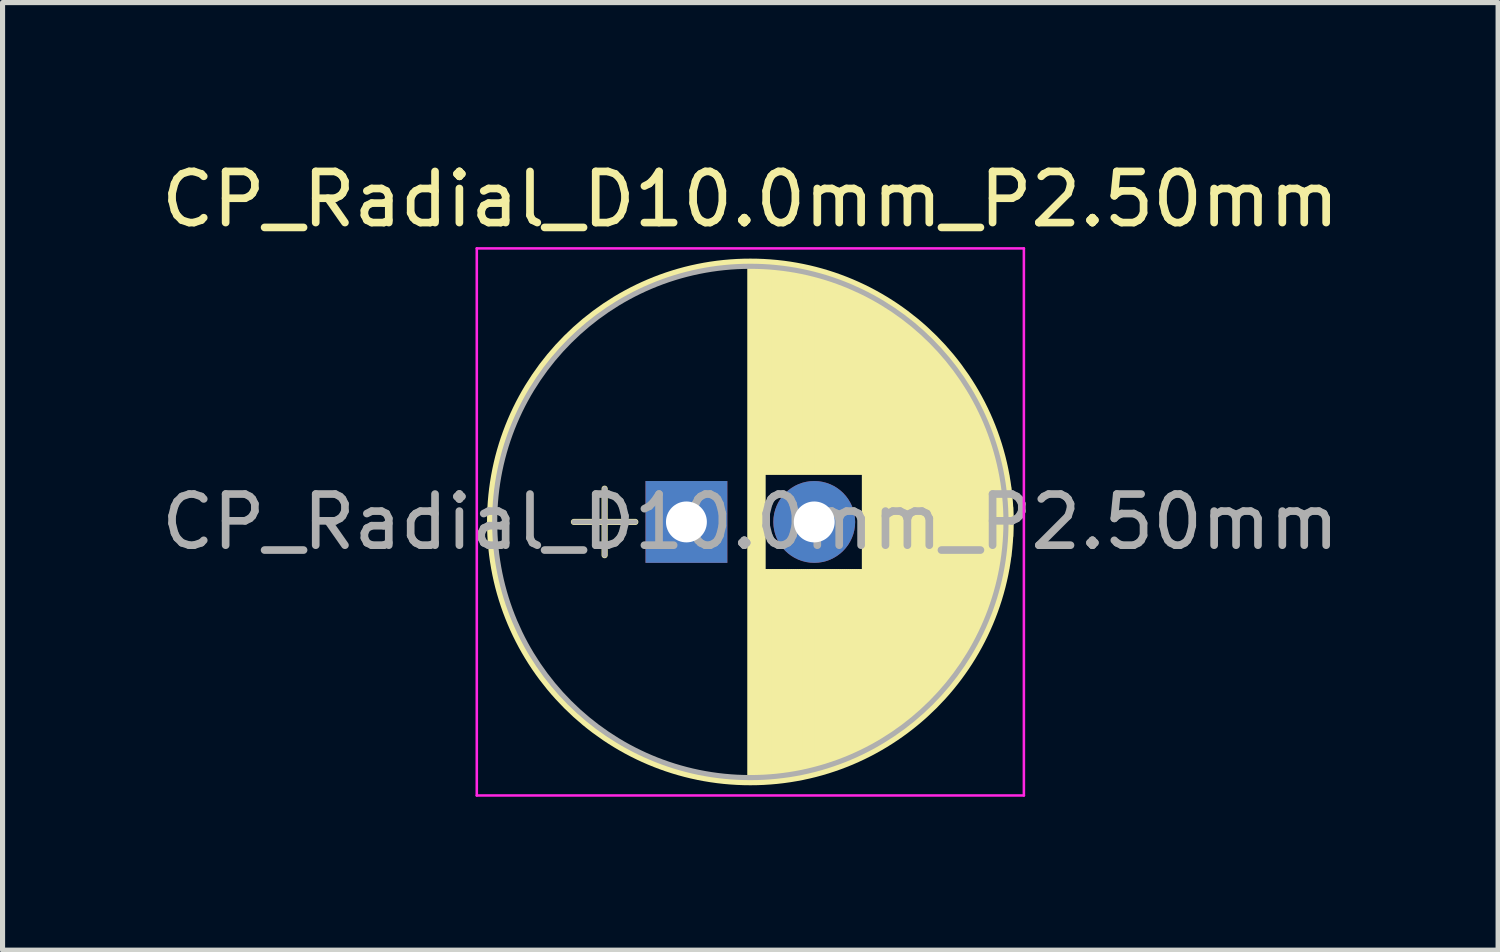
<source format=kicad_pcb>
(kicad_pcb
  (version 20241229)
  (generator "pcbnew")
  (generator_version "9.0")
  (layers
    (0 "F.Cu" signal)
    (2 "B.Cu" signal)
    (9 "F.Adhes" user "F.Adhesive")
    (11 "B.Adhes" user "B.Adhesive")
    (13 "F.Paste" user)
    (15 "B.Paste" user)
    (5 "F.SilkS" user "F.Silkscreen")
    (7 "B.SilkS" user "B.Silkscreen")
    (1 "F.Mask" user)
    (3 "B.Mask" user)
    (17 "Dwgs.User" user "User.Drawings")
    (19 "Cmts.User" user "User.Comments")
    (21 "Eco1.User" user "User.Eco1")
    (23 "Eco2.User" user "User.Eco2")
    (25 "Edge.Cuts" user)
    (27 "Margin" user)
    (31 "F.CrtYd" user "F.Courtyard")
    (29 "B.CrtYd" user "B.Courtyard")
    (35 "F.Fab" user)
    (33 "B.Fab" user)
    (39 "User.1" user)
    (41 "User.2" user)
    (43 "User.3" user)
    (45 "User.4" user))
  (footprint "CP_Radial_D10.0mm_P2.50mm"
    (layer "F.Cu")
    (at 10.375 7.158)
    (property "Reference" "CP_Radial_D10.0mm_P2.50mm" (at 1.25 -6.31 0) (layer "F.SilkS") (effects (font (size 1 1) (thickness 0.15))))
    (attr through_hole)
    (fp_line (start -2.2 0) (end -1 0) (stroke (width 0.12) (type solid)) (layer "F.SilkS"))
    (fp_line (start -1.6 -0.65) (end -1.6 0.65) (stroke (width 0.12) (type solid)) (layer "F.SilkS"))
    (fp_line (start 1.25 -5.05) (end 1.25 5.05) (stroke (width 0.12) (type solid)) (layer "F.SilkS"))
    (fp_line (start 1.29 -5.05) (end 1.29 5.05) (stroke (width 0.12) (type solid)) (layer "F.SilkS"))
    (fp_line (start 1.33 -5.05) (end 1.33 5.05) (stroke (width 0.12) (type solid)) (layer "F.SilkS"))
    (fp_line (start 1.37 -5.049) (end 1.37 5.049) (stroke (width 0.12) (type solid)) (layer "F.SilkS"))
    (fp_line (start 1.41 -5.048) (end 1.41 5.048) (stroke (width 0.12) (type solid)) (layer "F.SilkS"))
    (fp_line (start 1.45 -5.047) (end 1.45 5.047) (stroke (width 0.12) (type solid)) (layer "F.SilkS"))
    (fp_line (start 1.49 -5.045) (end 1.49 5.045) (stroke (width 0.12) (type solid)) (layer "F.SilkS"))
    (fp_line (start 1.53 -5.043) (end 1.53 -0.98) (stroke (width 0.12) (type solid)) (layer "F.SilkS"))
    (fp_line (start 1.53 0.98) (end 1.53 5.043) (stroke (width 0.12) (type solid)) (layer "F.SilkS"))
    (fp_line (start 1.57 -5.04) (end 1.57 -0.98) (stroke (width 0.12) (type solid)) (layer "F.SilkS"))
    (fp_line (start 1.57 0.98) (end 1.57 5.04) (stroke (width 0.12) (type solid)) (layer "F.SilkS"))
    (fp_line (start 1.61 -5.038) (end 1.61 -0.98) (stroke (width 0.12) (type solid)) (layer "F.SilkS"))
    (fp_line (start 1.61 0.98) (end 1.61 5.038) (stroke (width 0.12) (type solid)) (layer "F.SilkS"))
    (fp_line (start 1.65 -5.035) (end 1.65 -0.98) (stroke (width 0.12) (type solid)) (layer "F.SilkS"))
    (fp_line (start 1.65 0.98) (end 1.65 5.035) (stroke (width 0.12) (type solid)) (layer "F.SilkS"))
    (fp_line (start 1.69 -5.031) (end 1.69 -0.98) (stroke (width 0.12) (type solid)) (layer "F.SilkS"))
    (fp_line (start 1.69 0.98) (end 1.69 5.031) (stroke (width 0.12) (type solid)) (layer "F.SilkS"))
    (fp_line (start 1.73 -5.028) (end 1.73 -0.98) (stroke (width 0.12) (type solid)) (layer "F.SilkS"))
    (fp_line (start 1.73 0.98) (end 1.73 5.028) (stroke (width 0.12) (type solid)) (layer "F.SilkS"))
    (fp_line (start 1.77 -5.024) (end 1.77 -0.98) (stroke (width 0.12) (type solid)) (layer "F.SilkS"))
    (fp_line (start 1.77 0.98) (end 1.77 5.024) (stroke (width 0.12) (type solid)) (layer "F.SilkS"))
    (fp_line (start 1.81 -5.02) (end 1.81 -0.98) (stroke (width 0.12) (type solid)) (layer "F.SilkS"))
    (fp_line (start 1.81 0.98) (end 1.81 5.02) (stroke (width 0.12) (type solid)) (layer "F.SilkS"))
    (fp_line (start 1.85 -5.015) (end 1.85 -0.98) (stroke (width 0.12) (type solid)) (layer "F.SilkS"))
    (fp_line (start 1.85 0.98) (end 1.85 5.015) (stroke (width 0.12) (type solid)) (layer "F.SilkS"))
    (fp_line (start 1.89 -5.01) (end 1.89 -0.98) (stroke (width 0.12) (type solid)) (layer "F.SilkS"))
    (fp_line (start 1.89 0.98) (end 1.89 5.01) (stroke (width 0.12) (type solid)) (layer "F.SilkS"))
    (fp_line (start 1.93 -5.005) (end 1.93 -0.98) (stroke (width 0.12) (type solid)) (layer "F.SilkS"))
    (fp_line (start 1.93 0.98) (end 1.93 5.005) (stroke (width 0.12) (type solid)) (layer "F.SilkS"))
    (fp_line (start 1.971 -4.999) (end 1.971 -0.98) (stroke (width 0.12) (type solid)) (layer "F.SilkS"))
    (fp_line (start 1.971 0.98) (end 1.971 4.999) (stroke (width 0.12) (type solid)) (layer "F.SilkS"))
    (fp_line (start 2.011 -4.993) (end 2.011 -0.98) (stroke (width 0.12) (type solid)) (layer "F.SilkS"))
    (fp_line (start 2.011 0.98) (end 2.011 4.993) (stroke (width 0.12) (type solid)) (layer "F.SilkS"))
    (fp_line (start 2.051 -4.987) (end 2.051 -0.98) (stroke (width 0.12) (type solid)) (layer "F.SilkS"))
    (fp_line (start 2.051 0.98) (end 2.051 4.987) (stroke (width 0.12) (type solid)) (layer "F.SilkS"))
    (fp_line (start 2.091 -4.981) (end 2.091 -0.98) (stroke (width 0.12) (type solid)) (layer "F.SilkS"))
    (fp_line (start 2.091 0.98) (end 2.091 4.981) (stroke (width 0.12) (type solid)) (layer "F.SilkS"))
    (fp_line (start 2.131 -4.974) (end 2.131 -0.98) (stroke (width 0.12) (type solid)) (layer "F.SilkS"))
    (fp_line (start 2.131 0.98) (end 2.131 4.974) (stroke (width 0.12) (type solid)) (layer "F.SilkS"))
    (fp_line (start 2.171 -4.967) (end 2.171 -0.98) (stroke (width 0.12) (type solid)) (layer "F.SilkS"))
    (fp_line (start 2.171 0.98) (end 2.171 4.967) (stroke (width 0.12) (type solid)) (layer "F.SilkS"))
    (fp_line (start 2.211 -4.959) (end 2.211 -0.98) (stroke (width 0.12) (type solid)) (layer "F.SilkS"))
    (fp_line (start 2.211 0.98) (end 2.211 4.959) (stroke (width 0.12) (type solid)) (layer "F.SilkS"))
    (fp_line (start 2.251 -4.951) (end 2.251 -0.98) (stroke (width 0.12) (type solid)) (layer "F.SilkS"))
    (fp_line (start 2.251 0.98) (end 2.251 4.951) (stroke (width 0.12) (type solid)) (layer "F.SilkS"))
    (fp_line (start 2.291 -4.943) (end 2.291 -0.98) (stroke (width 0.12) (type solid)) (layer "F.SilkS"))
    (fp_line (start 2.291 0.98) (end 2.291 4.943) (stroke (width 0.12) (type solid)) (layer "F.SilkS"))
    (fp_line (start 2.331 -4.935) (end 2.331 -0.98) (stroke (width 0.12) (type solid)) (layer "F.SilkS"))
    (fp_line (start 2.331 0.98) (end 2.331 4.935) (stroke (width 0.12) (type solid)) (layer "F.SilkS"))
    (fp_line (start 2.371 -4.926) (end 2.371 -0.98) (stroke (width 0.12) (type solid)) (layer "F.SilkS"))
    (fp_line (start 2.371 0.98) (end 2.371 4.926) (stroke (width 0.12) (type solid)) (layer "F.SilkS"))
    (fp_line (start 2.411 -4.917) (end 2.411 -0.98) (stroke (width 0.12) (type solid)) (layer "F.SilkS"))
    (fp_line (start 2.411 0.98) (end 2.411 4.917) (stroke (width 0.12) (type solid)) (layer "F.SilkS"))
    (fp_line (start 2.451 -4.907) (end 2.451 -0.98) (stroke (width 0.12) (type solid)) (layer "F.SilkS"))
    (fp_line (start 2.451 0.98) (end 2.451 4.907) (stroke (width 0.12) (type solid)) (layer "F.SilkS"))
    (fp_line (start 2.491 -4.897) (end 2.491 -0.98) (stroke (width 0.12) (type solid)) (layer "F.SilkS"))
    (fp_line (start 2.491 0.98) (end 2.491 4.897) (stroke (width 0.12) (type solid)) (layer "F.SilkS"))
    (fp_line (start 2.531 -4.887) (end 2.531 -0.98) (stroke (width 0.12) (type solid)) (layer "F.SilkS"))
    (fp_line (start 2.531 0.98) (end 2.531 4.887) (stroke (width 0.12) (type solid)) (layer "F.SilkS"))
    (fp_line (start 2.571 -4.876) (end 2.571 -0.98) (stroke (width 0.12) (type solid)) (layer "F.SilkS"))
    (fp_line (start 2.571 0.98) (end 2.571 4.876) (stroke (width 0.12) (type solid)) (layer "F.SilkS"))
    (fp_line (start 2.611 -4.865) (end 2.611 -0.98) (stroke (width 0.12) (type solid)) (layer "F.SilkS"))
    (fp_line (start 2.611 0.98) (end 2.611 4.865) (stroke (width 0.12) (type solid)) (layer "F.SilkS"))
    (fp_line (start 2.651 -4.854) (end 2.651 -0.98) (stroke (width 0.12) (type solid)) (layer "F.SilkS"))
    (fp_line (start 2.651 0.98) (end 2.651 4.854) (stroke (width 0.12) (type solid)) (layer "F.SilkS"))
    (fp_line (start 2.691 -4.843) (end 2.691 -0.98) (stroke (width 0.12) (type solid)) (layer "F.SilkS"))
    (fp_line (start 2.691 0.98) (end 2.691 4.843) (stroke (width 0.12) (type solid)) (layer "F.SilkS"))
    (fp_line (start 2.731 -4.831) (end 2.731 -0.98) (stroke (width 0.12) (type solid)) (layer "F.SilkS"))
    (fp_line (start 2.731 0.98) (end 2.731 4.831) (stroke (width 0.12) (type solid)) (layer "F.SilkS"))
    (fp_line (start 2.771 -4.818) (end 2.771 -0.98) (stroke (width 0.12) (type solid)) (layer "F.SilkS"))
    (fp_line (start 2.771 0.98) (end 2.771 4.818) (stroke (width 0.12) (type solid)) (layer "F.SilkS"))
    (fp_line (start 2.811 -4.806) (end 2.811 -0.98) (stroke (width 0.12) (type solid)) (layer "F.SilkS"))
    (fp_line (start 2.811 0.98) (end 2.811 4.806) (stroke (width 0.12) (type solid)) (layer "F.SilkS"))
    (fp_line (start 2.851 -4.792) (end 2.851 -0.98) (stroke (width 0.12) (type solid)) (layer "F.SilkS"))
    (fp_line (start 2.851 0.98) (end 2.851 4.792) (stroke (width 0.12) (type solid)) (layer "F.SilkS"))
    (fp_line (start 2.891 -4.779) (end 2.891 -0.98) (stroke (width 0.12) (type solid)) (layer "F.SilkS"))
    (fp_line (start 2.891 0.98) (end 2.891 4.779) (stroke (width 0.12) (type solid)) (layer "F.SilkS"))
    (fp_line (start 2.931 -4.765) (end 2.931 -0.98) (stroke (width 0.12) (type solid)) (layer "F.SilkS"))
    (fp_line (start 2.931 0.98) (end 2.931 4.765) (stroke (width 0.12) (type solid)) (layer "F.SilkS"))
    (fp_line (start 2.971 -4.751) (end 2.971 -0.98) (stroke (width 0.12) (type solid)) (layer "F.SilkS"))
    (fp_line (start 2.971 0.98) (end 2.971 4.751) (stroke (width 0.12) (type solid)) (layer "F.SilkS"))
    (fp_line (start 3.011 -4.737) (end 3.011 -0.98) (stroke (width 0.12) (type solid)) (layer "F.SilkS"))
    (fp_line (start 3.011 0.98) (end 3.011 4.737) (stroke (width 0.12) (type solid)) (layer "F.SilkS"))
    (fp_line (start 3.051 -4.722) (end 3.051 -0.98) (stroke (width 0.12) (type solid)) (layer "F.SilkS"))
    (fp_line (start 3.051 0.98) (end 3.051 4.722) (stroke (width 0.12) (type solid)) (layer "F.SilkS"))
    (fp_line (start 3.091 -4.706) (end 3.091 -0.98) (stroke (width 0.12) (type solid)) (layer "F.SilkS"))
    (fp_line (start 3.091 0.98) (end 3.091 4.706) (stroke (width 0.12) (type solid)) (layer "F.SilkS"))
    (fp_line (start 3.131 -4.691) (end 3.131 -0.98) (stroke (width 0.12) (type solid)) (layer "F.SilkS"))
    (fp_line (start 3.131 0.98) (end 3.131 4.691) (stroke (width 0.12) (type solid)) (layer "F.SilkS"))
    (fp_line (start 3.171 -4.674) (end 3.171 -0.98) (stroke (width 0.12) (type solid)) (layer "F.SilkS"))
    (fp_line (start 3.171 0.98) (end 3.171 4.674) (stroke (width 0.12) (type solid)) (layer "F.SilkS"))
    (fp_line (start 3.211 -4.658) (end 3.211 -0.98) (stroke (width 0.12) (type solid)) (layer "F.SilkS"))
    (fp_line (start 3.211 0.98) (end 3.211 4.658) (stroke (width 0.12) (type solid)) (layer "F.SilkS"))
    (fp_line (start 3.251 -4.641) (end 3.251 -0.98) (stroke (width 0.12) (type solid)) (layer "F.SilkS"))
    (fp_line (start 3.251 0.98) (end 3.251 4.641) (stroke (width 0.12) (type solid)) (layer "F.SilkS"))
    (fp_line (start 3.291 -4.624) (end 3.291 -0.98) (stroke (width 0.12) (type solid)) (layer "F.SilkS"))
    (fp_line (start 3.291 0.98) (end 3.291 4.624) (stroke (width 0.12) (type solid)) (layer "F.SilkS"))
    (fp_line (start 3.331 -4.606) (end 3.331 -0.98) (stroke (width 0.12) (type solid)) (layer "F.SilkS"))
    (fp_line (start 3.331 0.98) (end 3.331 4.606) (stroke (width 0.12) (type solid)) (layer "F.SilkS"))
    (fp_line (start 3.371 -4.588) (end 3.371 -0.98) (stroke (width 0.12) (type solid)) (layer "F.SilkS"))
    (fp_line (start 3.371 0.98) (end 3.371 4.588) (stroke (width 0.12) (type solid)) (layer "F.SilkS"))
    (fp_line (start 3.411 -4.569) (end 3.411 -0.98) (stroke (width 0.12) (type solid)) (layer "F.SilkS"))
    (fp_line (start 3.411 0.98) (end 3.411 4.569) (stroke (width 0.12) (type solid)) (layer "F.SilkS"))
    (fp_line (start 3.451 -4.55) (end 3.451 -0.98) (stroke (width 0.12) (type solid)) (layer "F.SilkS"))
    (fp_line (start 3.451 0.98) (end 3.451 4.55) (stroke (width 0.12) (type solid)) (layer "F.SilkS"))
    (fp_line (start 3.491 -4.531) (end 3.491 4.531) (stroke (width 0.12) (type solid)) (layer "F.SilkS"))
    (fp_line (start 3.531 -4.511) (end 3.531 4.511) (stroke (width 0.12) (type solid)) (layer "F.SilkS"))
    (fp_line (start 3.571 -4.491) (end 3.571 4.491) (stroke (width 0.12) (type solid)) (layer "F.SilkS"))
    (fp_line (start 3.611 -4.47) (end 3.611 4.47) (stroke (width 0.12) (type solid)) (layer "F.SilkS"))
    (fp_line (start 3.651 -4.449) (end 3.651 4.449) (stroke (width 0.12) (type solid)) (layer "F.SilkS"))
    (fp_line (start 3.691 -4.428) (end 3.691 4.428) (stroke (width 0.12) (type solid)) (layer "F.SilkS"))
    (fp_line (start 3.731 -4.405) (end 3.731 4.405) (stroke (width 0.12) (type solid)) (layer "F.SilkS"))
    (fp_line (start 3.771 -4.383) (end 3.771 4.383) (stroke (width 0.12) (type solid)) (layer "F.SilkS"))
    (fp_line (start 3.811 -4.36) (end 3.811 4.36) (stroke (width 0.12) (type solid)) (layer "F.SilkS"))
    (fp_line (start 3.851 -4.336) (end 3.851 4.336) (stroke (width 0.12) (type solid)) (layer "F.SilkS"))
    (fp_line (start 3.891 -4.312) (end 3.891 4.312) (stroke (width 0.12) (type solid)) (layer "F.SilkS"))
    (fp_line (start 3.931 -4.288) (end 3.931 4.288) (stroke (width 0.12) (type solid)) (layer "F.SilkS"))
    (fp_line (start 3.971 -4.263) (end 3.971 4.263) (stroke (width 0.12) (type solid)) (layer "F.SilkS"))
    (fp_line (start 4.011 -4.237) (end 4.011 4.237) (stroke (width 0.12) (type solid)) (layer "F.SilkS"))
    (fp_line (start 4.051 -4.211) (end 4.051 4.211) (stroke (width 0.12) (type solid)) (layer "F.SilkS"))
    (fp_line (start 4.091 -4.185) (end 4.091 4.185) (stroke (width 0.12) (type solid)) (layer "F.SilkS"))
    (fp_line (start 4.131 -4.157) (end 4.131 4.157) (stroke (width 0.12) (type solid)) (layer "F.SilkS"))
    (fp_line (start 4.171 -4.13) (end 4.171 4.13) (stroke (width 0.12) (type solid)) (layer "F.SilkS"))
    (fp_line (start 4.211 -4.101) (end 4.211 4.101) (stroke (width 0.12) (type solid)) (layer "F.SilkS"))
    (fp_line (start 4.251 -4.072) (end 4.251 4.072) (stroke (width 0.12) (type solid)) (layer "F.SilkS"))
    (fp_line (start 4.291 -4.043) (end 4.291 4.043) (stroke (width 0.12) (type solid)) (layer "F.SilkS"))
    (fp_line (start 4.331 -4.013) (end 4.331 4.013) (stroke (width 0.12) (type solid)) (layer "F.SilkS"))
    (fp_line (start 4.371 -3.982) (end 4.371 3.982) (stroke (width 0.12) (type solid)) (layer "F.SilkS"))
    (fp_line (start 4.411 -3.951) (end 4.411 3.951) (stroke (width 0.12) (type solid)) (layer "F.SilkS"))
    (fp_line (start 4.451 -3.919) (end 4.451 3.919) (stroke (width 0.12) (type solid)) (layer "F.SilkS"))
    (fp_line (start 4.491 -3.886) (end 4.491 3.886) (stroke (width 0.12) (type solid)) (layer "F.SilkS"))
    (fp_line (start 4.531 -3.853) (end 4.531 3.853) (stroke (width 0.12) (type solid)) (layer "F.SilkS"))
    (fp_line (start 4.571 -3.819) (end 4.571 3.819) (stroke (width 0.12) (type solid)) (layer "F.SilkS"))
    (fp_line (start 4.611 -3.784) (end 4.611 3.784) (stroke (width 0.12) (type solid)) (layer "F.SilkS"))
    (fp_line (start 4.651 -3.748) (end 4.651 3.748) (stroke (width 0.12) (type solid)) (layer "F.SilkS"))
    (fp_line (start 4.691 -3.712) (end 4.691 3.712) (stroke (width 0.12) (type solid)) (layer "F.SilkS"))
    (fp_line (start 4.731 -3.675) (end 4.731 3.675) (stroke (width 0.12) (type solid)) (layer "F.SilkS"))
    (fp_line (start 4.771 -3.637) (end 4.771 3.637) (stroke (width 0.12) (type solid)) (layer "F.SilkS"))
    (fp_line (start 4.811 -3.598) (end 4.811 3.598) (stroke (width 0.12) (type solid)) (layer "F.SilkS"))
    (fp_line (start 4.851 -3.559) (end 4.851 3.559) (stroke (width 0.12) (type solid)) (layer "F.SilkS"))
    (fp_line (start 4.891 -3.518) (end 4.891 3.518) (stroke (width 0.12) (type solid)) (layer "F.SilkS"))
    (fp_line (start 4.931 -3.477) (end 4.931 3.477) (stroke (width 0.12) (type solid)) (layer "F.SilkS"))
    (fp_line (start 4.971 -3.435) (end 4.971 3.435) (stroke (width 0.12) (type solid)) (layer "F.SilkS"))
    (fp_line (start 5.011 -3.391) (end 5.011 3.391) (stroke (width 0.12) (type solid)) (layer "F.SilkS"))
    (fp_line (start 5.051 -3.347) (end 5.051 3.347) (stroke (width 0.12) (type solid)) (layer "F.SilkS"))
    (fp_line (start 5.091 -3.302) (end 5.091 3.302) (stroke (width 0.12) (type solid)) (layer "F.SilkS"))
    (fp_line (start 5.131 -3.255) (end 5.131 3.255) (stroke (width 0.12) (type solid)) (layer "F.SilkS"))
    (fp_line (start 5.171 -3.207) (end 5.171 3.207) (stroke (width 0.12) (type solid)) (layer "F.SilkS"))
    (fp_line (start 5.211 -3.158) (end 5.211 3.158) (stroke (width 0.12) (type solid)) (layer "F.SilkS"))
    (fp_line (start 5.251 -3.108) (end 5.251 3.108) (stroke (width 0.12) (type solid)) (layer "F.SilkS"))
    (fp_line (start 5.291 -3.057) (end 5.291 3.057) (stroke (width 0.12) (type solid)) (layer "F.SilkS"))
    (fp_line (start 5.331 -3.004) (end 5.331 3.004) (stroke (width 0.12) (type solid)) (layer "F.SilkS"))
    (fp_line (start 5.371 -2.949) (end 5.371 2.949) (stroke (width 0.12) (type solid)) (layer "F.SilkS"))
    (fp_line (start 5.411 -2.894) (end 5.411 2.894) (stroke (width 0.12) (type solid)) (layer "F.SilkS"))
    (fp_line (start 5.451 -2.836) (end 5.451 2.836) (stroke (width 0.12) (type solid)) (layer "F.SilkS"))
    (fp_line (start 5.491 -2.777) (end 5.491 2.777) (stroke (width 0.12) (type solid)) (layer "F.SilkS"))
    (fp_line (start 5.531 -2.715) (end 5.531 2.715) (stroke (width 0.12) (type solid)) (layer "F.SilkS"))
    (fp_line (start 5.571 -2.652) (end 5.571 2.652) (stroke (width 0.12) (type solid)) (layer "F.SilkS"))
    (fp_line (start 5.611 -2.587) (end 5.611 2.587) (stroke (width 0.12) (type solid)) (layer "F.SilkS"))
    (fp_line (start 5.651 -2.519) (end 5.651 2.519) (stroke (width 0.12) (type solid)) (layer "F.SilkS"))
    (fp_line (start 5.691 -2.449) (end 5.691 2.449) (stroke (width 0.12) (type solid)) (layer "F.SilkS"))
    (fp_line (start 5.731 -2.377) (end 5.731 2.377) (stroke (width 0.12) (type solid)) (layer "F.SilkS"))
    (fp_line (start 5.771 -2.301) (end 5.771 2.301) (stroke (width 0.12) (type solid)) (layer "F.SilkS"))
    (fp_line (start 5.811 -2.222) (end 5.811 2.222) (stroke (width 0.12) (type solid)) (layer "F.SilkS"))
    (fp_line (start 5.851 -2.14) (end 5.851 2.14) (stroke (width 0.12) (type solid)) (layer "F.SilkS"))
    (fp_line (start 5.891 -2.053) (end 5.891 2.053) (stroke (width 0.12) (type solid)) (layer "F.SilkS"))
    (fp_line (start 5.931 -1.962) (end 5.931 1.962) (stroke (width 0.12) (type solid)) (layer "F.SilkS"))
    (fp_line (start 5.971 -1.866) (end 5.971 1.866) (stroke (width 0.12) (type solid)) (layer "F.SilkS"))
    (fp_line (start 6.011 -1.763) (end 6.011 1.763) (stroke (width 0.12) (type solid)) (layer "F.SilkS"))
    (fp_line (start 6.051 -1.654) (end 6.051 1.654) (stroke (width 0.12) (type solid)) (layer "F.SilkS"))
    (fp_line (start 6.091 -1.536) (end 6.091 1.536) (stroke (width 0.12) (type solid)) (layer "F.SilkS"))
    (fp_line (start 6.131 -1.407) (end 6.131 1.407) (stroke (width 0.12) (type solid)) (layer "F.SilkS"))
    (fp_line (start 6.171 -1.265) (end 6.171 1.265) (stroke (width 0.12) (type solid)) (layer "F.SilkS"))
    (fp_line (start 6.211 -1.104) (end 6.211 1.104) (stroke (width 0.12) (type solid)) (layer "F.SilkS"))
    (fp_line (start 6.251 -0.913) (end 6.251 0.913) (stroke (width 0.12) (type solid)) (layer "F.SilkS"))
    (fp_line (start 6.291 -0.672) (end 6.291 0.672) (stroke (width 0.12) (type solid)) (layer "F.SilkS"))
    (fp_line (start 6.331 -0.279) (end 6.331 0.279) (stroke (width 0.12) (type solid)) (layer "F.SilkS"))
    (fp_circle (center 1.25 0) (end 6.34 0) (stroke (width 0.12) (type solid)) (fill no) (layer "F.SilkS"))
    (fp_line (start -4.1 -5.35) (end -4.1 5.35) (stroke (width 0.05) (type solid)) (layer "F.CrtYd"))
    (fp_line (start -4.1 5.35) (end 6.6 5.35) (stroke (width 0.05) (type solid)) (layer "F.CrtYd"))
    (fp_line (start 6.6 -5.35) (end -4.1 -5.35) (stroke (width 0.05) (type solid)) (layer "F.CrtYd"))
    (fp_line (start 6.6 5.35) (end 6.6 -5.35) (stroke (width 0.05) (type solid)) (layer "F.CrtYd"))
    (fp_line (start -2.2 0) (end -1 0) (stroke (width 0.1) (type solid)) (layer "F.Fab"))
    (fp_line (start -1.6 -0.65) (end -1.6 0.65) (stroke (width 0.1) (type solid)) (layer "F.Fab"))
    (fp_circle (center 1.25 0) (end 6.25 0) (stroke (width 0.1) (type solid)) (fill no) (layer "F.Fab"))
    (fp_text user "${REFERENCE}" (at 1.25 0 0) (layer "F.Fab") (effects (font (size 1 1) (thickness 0.15))))
    (pad "1" thru_hole rect (at 0 0) (size 1.6 1.6) (drill 0.8) (layers "*.Cu" "*.Mask"))
    (pad "2" thru_hole circle (at 2.5 0) (size 1.6 1.6) (drill 0.8) (layers "*.Cu" "*.Mask")))
  (gr_rect
    (start -3 -3)
    (end 26.25 15.533)
    (stroke (width 0.1) (type default))
    (fill no)
    (layer "Edge.Cuts")))
</source>
